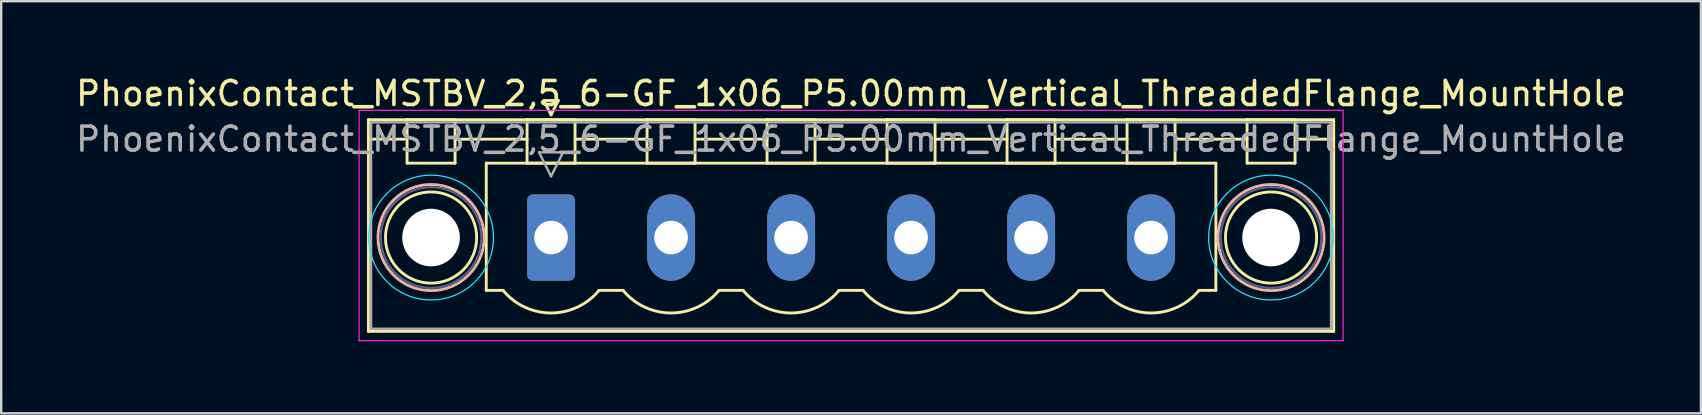
<source format=kicad_pcb>
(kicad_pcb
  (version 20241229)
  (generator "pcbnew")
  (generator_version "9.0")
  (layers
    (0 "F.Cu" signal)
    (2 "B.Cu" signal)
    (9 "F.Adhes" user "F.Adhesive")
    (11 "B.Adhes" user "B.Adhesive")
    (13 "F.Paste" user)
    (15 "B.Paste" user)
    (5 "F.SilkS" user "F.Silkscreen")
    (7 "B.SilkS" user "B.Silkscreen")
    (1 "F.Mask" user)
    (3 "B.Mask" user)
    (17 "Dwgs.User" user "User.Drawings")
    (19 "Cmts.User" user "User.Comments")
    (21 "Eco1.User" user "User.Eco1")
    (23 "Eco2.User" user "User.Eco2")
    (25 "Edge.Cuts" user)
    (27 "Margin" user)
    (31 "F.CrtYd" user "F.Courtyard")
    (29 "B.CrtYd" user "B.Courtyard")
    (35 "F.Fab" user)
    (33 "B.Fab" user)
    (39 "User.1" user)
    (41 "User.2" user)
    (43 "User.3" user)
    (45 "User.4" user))
  (footprint "PhoenixContact_MSTBV_2,5_6-GF_1x06_P5.00mm_Vertical_ThreadedFlange_MountHole"
    (layer "F.Cu")
    (at 19.911 6.848)
    (property "Reference" "PhoenixContact_MSTBV_2,5_6-GF_1x06_P5.00mm_Vertical_ThreadedFlange_MountHole" (at 12.5 -6 0) (layer "F.SilkS") (effects (font (size 1 1) (thickness 0.15))))
    (attr through_hole)
    (fp_line (start -7.61 -4.91) (end -7.61 3.91) (stroke (width 0.12) (type solid)) (layer "F.SilkS"))
    (fp_line (start -7.61 -4.1) (end -6.11 -4.1) (stroke (width 0.12) (type solid)) (layer "F.SilkS"))
    (fp_line (start -7.61 3.91) (end 32.61 3.91) (stroke (width 0.12) (type solid)) (layer "F.SilkS"))
    (fp_line (start -6 -4.91) (end -4 -4.91) (stroke (width 0.12) (type solid)) (layer "F.SilkS"))
    (fp_line (start -6 -3.1) (end -6 -4.91) (stroke (width 0.12) (type solid)) (layer "F.SilkS"))
    (fp_line (start -4 -4.91) (end -4 -3.1) (stroke (width 0.12) (type solid)) (layer "F.SilkS"))
    (fp_line (start -4 -4.1) (end -1 -4.1) (stroke (width 0.12) (type solid)) (layer "F.SilkS"))
    (fp_line (start -4 -3.1) (end -6 -3.1) (stroke (width 0.12) (type solid)) (layer "F.SilkS"))
    (fp_line (start -2.7 -3.1) (end 27.7 -3.1) (stroke (width 0.12) (type solid)) (layer "F.SilkS"))
    (fp_line (start -2.7 2.2) (end -2.7 -3.1) (stroke (width 0.12) (type solid)) (layer "F.SilkS"))
    (fp_line (start -2 2.2) (end -2.7 2.2) (stroke (width 0.12) (type solid)) (layer "F.SilkS"))
    (fp_line (start -1 -4.91) (end 1 -4.91) (stroke (width 0.12) (type solid)) (layer "F.SilkS"))
    (fp_line (start -1 -3.1) (end -1 -4.91) (stroke (width 0.12) (type solid)) (layer "F.SilkS"))
    (fp_line (start -0.3 -5.71) (end 0.3 -5.71) (stroke (width 0.12) (type solid)) (layer "F.SilkS"))
    (fp_line (start 0 -5.11) (end -0.3 -5.71) (stroke (width 0.12) (type solid)) (layer "F.SilkS"))
    (fp_line (start 0.3 -5.71) (end 0 -5.11) (stroke (width 0.12) (type solid)) (layer "F.SilkS"))
    (fp_line (start 1 -4.91) (end 1 -3.1) (stroke (width 0.12) (type solid)) (layer "F.SilkS"))
    (fp_line (start 1 -4.1) (end 4 -4.1) (stroke (width 0.12) (type solid)) (layer "F.SilkS"))
    (fp_line (start 1 -3.1) (end -1 -3.1) (stroke (width 0.12) (type solid)) (layer "F.SilkS"))
    (fp_line (start 2 2.2) (end 3 2.2) (stroke (width 0.12) (type solid)) (layer "F.SilkS"))
    (fp_line (start 4 -4.91) (end 6 -4.91) (stroke (width 0.12) (type solid)) (layer "F.SilkS"))
    (fp_line (start 4 -3.1) (end 4 -4.91) (stroke (width 0.12) (type solid)) (layer "F.SilkS"))
    (fp_line (start 6 -4.91) (end 6 -3.1) (stroke (width 0.12) (type solid)) (layer "F.SilkS"))
    (fp_line (start 6 -4.1) (end 9 -4.1) (stroke (width 0.12) (type solid)) (layer "F.SilkS"))
    (fp_line (start 6 -3.1) (end 4 -3.1) (stroke (width 0.12) (type solid)) (layer "F.SilkS"))
    (fp_line (start 7 2.2) (end 8 2.2) (stroke (width 0.12) (type solid)) (layer "F.SilkS"))
    (fp_line (start 9 -4.91) (end 11 -4.91) (stroke (width 0.12) (type solid)) (layer "F.SilkS"))
    (fp_line (start 9 -3.1) (end 9 -4.91) (stroke (width 0.12) (type solid)) (layer "F.SilkS"))
    (fp_line (start 11 -4.91) (end 11 -3.1) (stroke (width 0.12) (type solid)) (layer "F.SilkS"))
    (fp_line (start 11 -4.1) (end 14 -4.1) (stroke (width 0.12) (type solid)) (layer "F.SilkS"))
    (fp_line (start 11 -3.1) (end 9 -3.1) (stroke (width 0.12) (type solid)) (layer "F.SilkS"))
    (fp_line (start 12 2.2) (end 13 2.2) (stroke (width 0.12) (type solid)) (layer "F.SilkS"))
    (fp_line (start 14 -4.91) (end 16 -4.91) (stroke (width 0.12) (type solid)) (layer "F.SilkS"))
    (fp_line (start 14 -3.1) (end 14 -4.91) (stroke (width 0.12) (type solid)) (layer "F.SilkS"))
    (fp_line (start 16 -4.91) (end 16 -3.1) (stroke (width 0.12) (type solid)) (layer "F.SilkS"))
    (fp_line (start 16 -4.1) (end 19 -4.1) (stroke (width 0.12) (type solid)) (layer "F.SilkS"))
    (fp_line (start 16 -3.1) (end 14 -3.1) (stroke (width 0.12) (type solid)) (layer "F.SilkS"))
    (fp_line (start 17 2.2) (end 18 2.2) (stroke (width 0.12) (type solid)) (layer "F.SilkS"))
    (fp_line (start 19 -4.91) (end 21 -4.91) (stroke (width 0.12) (type solid)) (layer "F.SilkS"))
    (fp_line (start 19 -3.1) (end 19 -4.91) (stroke (width 0.12) (type solid)) (layer "F.SilkS"))
    (fp_line (start 21 -4.91) (end 21 -3.1) (stroke (width 0.12) (type solid)) (layer "F.SilkS"))
    (fp_line (start 21 -4.1) (end 24 -4.1) (stroke (width 0.12) (type solid)) (layer "F.SilkS"))
    (fp_line (start 21 -3.1) (end 19 -3.1) (stroke (width 0.12) (type solid)) (layer "F.SilkS"))
    (fp_line (start 22 2.2) (end 23 2.2) (stroke (width 0.12) (type solid)) (layer "F.SilkS"))
    (fp_line (start 24 -4.91) (end 26 -4.91) (stroke (width 0.12) (type solid)) (layer "F.SilkS"))
    (fp_line (start 24 -3.1) (end 24 -4.91) (stroke (width 0.12) (type solid)) (layer "F.SilkS"))
    (fp_line (start 26 -4.91) (end 26 -3.1) (stroke (width 0.12) (type solid)) (layer "F.SilkS"))
    (fp_line (start 26 -4.1) (end 29 -4.1) (stroke (width 0.12) (type solid)) (layer "F.SilkS"))
    (fp_line (start 26 -3.1) (end 24 -3.1) (stroke (width 0.12) (type solid)) (layer "F.SilkS"))
    (fp_line (start 27.7 -3.1) (end 27.7 2.2) (stroke (width 0.12) (type solid)) (layer "F.SilkS"))
    (fp_line (start 27.7 2.2) (end 27 2.2) (stroke (width 0.12) (type solid)) (layer "F.SilkS"))
    (fp_line (start 29 -4.91) (end 31 -4.91) (stroke (width 0.12) (type solid)) (layer "F.SilkS"))
    (fp_line (start 29 -3.1) (end 29 -4.91) (stroke (width 0.12) (type solid)) (layer "F.SilkS"))
    (fp_line (start 31 -4.91) (end 31 -3.1) (stroke (width 0.12) (type solid)) (layer "F.SilkS"))
    (fp_line (start 31 -3.1) (end 29 -3.1) (stroke (width 0.12) (type solid)) (layer "F.SilkS"))
    (fp_line (start 32.61 -4.91) (end -7.61 -4.91) (stroke (width 0.12) (type solid)) (layer "F.SilkS"))
    (fp_line (start 32.61 -4.1) (end 31.11 -4.1) (stroke (width 0.12) (type solid)) (layer "F.SilkS"))
    (fp_line (start 32.61 3.91) (end 32.61 -4.91) (stroke (width 0.12) (type solid)) (layer "F.SilkS"))
    (fp_arc (start 1.986842 2.215821) (mid -0.010289 3.142758) (end -2 2.2) (stroke (width 0.12) (type solid)) (layer "F.SilkS"))
    (fp_arc (start 6.986842 2.215821) (mid 4.989711 3.142758) (end 3 2.2) (stroke (width 0.12) (type solid)) (layer "F.SilkS"))
    (fp_arc (start 11.986842 2.215821) (mid 9.989711 3.142758) (end 8 2.2) (stroke (width 0.12) (type solid)) (layer "F.SilkS"))
    (fp_arc (start 16.986842 2.215821) (mid 14.989711 3.142758) (end 13 2.2) (stroke (width 0.12) (type solid)) (layer "F.SilkS"))
    (fp_arc (start 21.986842 2.215821) (mid 19.989711 3.142758) (end 18 2.2) (stroke (width 0.12) (type solid)) (layer "F.SilkS"))
    (fp_arc (start 26.986842 2.215821) (mid 24.989711 3.142758) (end 23 2.2) (stroke (width 0.12) (type solid)) (layer "F.SilkS"))
    (fp_circle (center -5 0) (end -3.1 0) (stroke (width 0.12) (type solid)) (fill no) (layer "F.SilkS"))
    (fp_circle (center 30 0) (end 31.9 0) (stroke (width 0.12) (type solid)) (fill no) (layer "F.SilkS"))
    (fp_circle (center -5 0) (end -2.79 0) (stroke (width 0.12) (type solid)) (fill no) (layer "B.SilkS"))
    (fp_circle (center 30 0) (end 32.21 0) (stroke (width 0.12) (type solid)) (fill no) (layer "B.SilkS"))
    (fp_circle (center -5 0) (end -2.4 0) (stroke (width 0.05) (type solid)) (fill no) (layer "B.CrtYd"))
    (fp_circle (center 30 0) (end 32.6 0) (stroke (width 0.05) (type solid)) (fill no) (layer "B.CrtYd"))
    (fp_line (start -8 -5.3) (end -8 4.3) (stroke (width 0.05) (type solid)) (layer "F.CrtYd"))
    (fp_line (start -8 4.3) (end 33 4.3) (stroke (width 0.05) (type solid)) (layer "F.CrtYd"))
    (fp_line (start 33 -5.3) (end -8 -5.3) (stroke (width 0.05) (type solid)) (layer "F.CrtYd"))
    (fp_line (start 33 4.3) (end 33 -5.3) (stroke (width 0.05) (type solid)) (layer "F.CrtYd"))
    (fp_circle (center -5 0) (end -2.9 0) (stroke (width 0.1) (type solid)) (fill no) (layer "B.Fab"))
    (fp_circle (center 30 0) (end 32.1 0) (stroke (width 0.1) (type solid)) (fill no) (layer "B.Fab"))
    (fp_line (start -7.5 -4.8) (end -7.5 3.8) (stroke (width 0.1) (type solid)) (layer "F.Fab"))
    (fp_line (start -7.5 3.8) (end 32.5 3.8) (stroke (width 0.1) (type solid)) (layer "F.Fab"))
    (fp_line (start -0.5 -3.55) (end 0.5 -3.55) (stroke (width 0.1) (type solid)) (layer "F.Fab"))
    (fp_line (start 0 -2.55) (end -0.5 -3.55) (stroke (width 0.1) (type solid)) (layer "F.Fab"))
    (fp_line (start 0.5 -3.55) (end 0 -2.55) (stroke (width 0.1) (type solid)) (layer "F.Fab"))
    (fp_line (start 32.5 -4.8) (end -7.5 -4.8) (stroke (width 0.1) (type solid)) (layer "F.Fab"))
    (fp_line (start 32.5 3.8) (end 32.5 -4.8) (stroke (width 0.1) (type solid)) (layer "F.Fab"))
    (fp_text user "${REFERENCE}" (at 12.5 -4.1 0) (layer "F.Fab") (effects (font (size 1 1) (thickness 0.15))))
    (pad "" np_thru_hole circle (at -5 0) (size 2.4 2.4) (drill 2.4) (layers "*.Cu" "*.Mask"))
    (pad "" np_thru_hole circle (at 30 0) (size 2.4 2.4) (drill 2.4) (layers "*.Cu" "*.Mask"))
    (pad "1" thru_hole roundrect (at 0 0) (size 2 3.6) (drill 1.4) (layers "*.Cu" "*.Mask") (roundrect_rratio 0.125))
    (pad "2" thru_hole oval (at 5 0) (size 2 3.6) (drill 1.4) (layers "*.Cu" "*.Mask"))
    (pad "3" thru_hole oval (at 10 0) (size 2 3.6) (drill 1.4) (layers "*.Cu" "*.Mask"))
    (pad "4" thru_hole oval (at 15 0) (size 2 3.6) (drill 1.4) (layers "*.Cu" "*.Mask"))
    (pad "5" thru_hole oval (at 20 0) (size 2 3.6) (drill 1.4) (layers "*.Cu" "*.Mask"))
    (pad "6" thru_hole oval (at 25 0) (size 2 3.6) (drill 1.4) (layers "*.Cu" "*.Mask")))
  (gr_rect
    (start -3 -3)
    (end 67.821 14.173)
    (stroke (width 0.1) (type default))
    (fill no)
    (layer "Edge.Cuts")))
</source>
